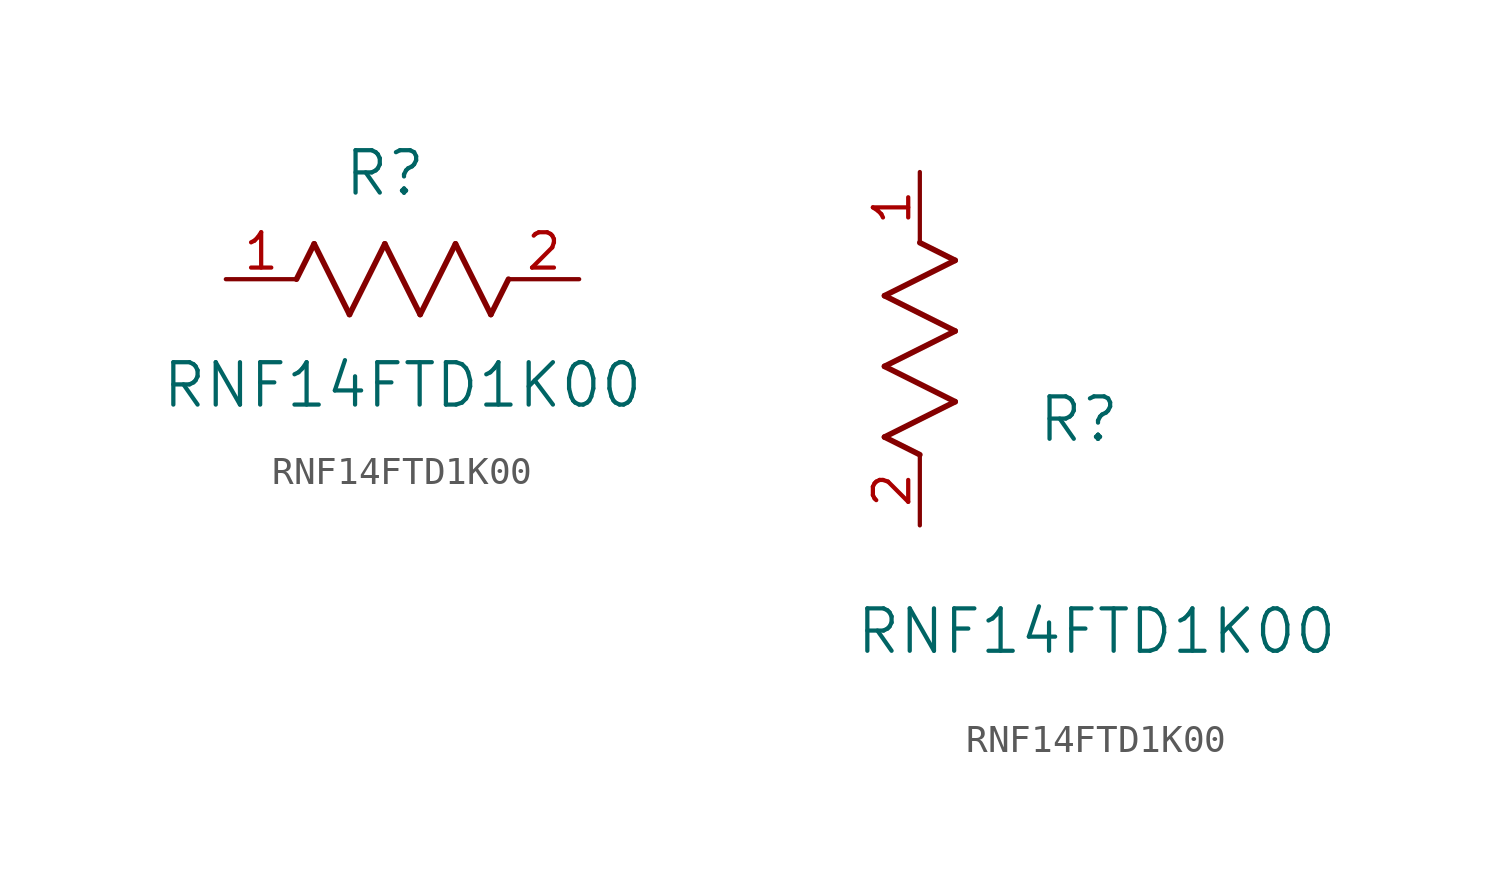
<source format=kicad_sym>
(kicad_symbol_lib
  (version 20211014)
  (generator kicad_symbol_editor)
  (symbol "RNF14FTD1K00"
    (pin_names
      (offset 0.254))
    (property "Reference" "R"
      (at 5.715 3.81 0)
      (effects (font (size 1.524 1.524))))
    (property "Value" "RNF14FTD1K00"
      (at 6.35 -3.81 0)
      (effects (font (size 1.524 1.524))))
    (symbol "RNF14FTD1K00_1_1"
      (polyline (pts (xy 3.175 1.27) (xy 4.445 -1.27)) (stroke (width 0.203) (type default) (color 0 0 0 0)) (fill (type none)))
      (polyline (pts (xy 4.445 -1.27) (xy 5.715 1.27)) (stroke (width 0.203) (type default) (color 0 0 0 0)) (fill (type none)))
      (polyline (pts (xy 5.715 1.27) (xy 6.985 -1.27)) (stroke (width 0.203) (type default) (color 0 0 0 0)) (fill (type none)))
      (polyline (pts (xy 6.985 -1.27) (xy 8.255 1.27)) (stroke (width 0.203) (type default) (color 0 0 0 0)) (fill (type none)))
      (polyline (pts (xy 8.255 1.27) (xy 9.525 -1.27)) (stroke (width 0.203) (type default) (color 0 0 0 0)) (fill (type none)))
      (polyline (pts (xy 2.54 0) (xy 3.175 1.27)) (stroke (width 0.203) (type default) (color 0 0 0 0)) (fill (type none)))
      (polyline (pts (xy 9.525 -1.27) (xy 10.16 0)) (stroke (width 0.203) (type default) (color 0 0 0 0)) (fill (type none)))
      (pin unspecified line (at 0 0 0) (length 2.54) (name "" (effects (font (size 1.27 1.27)))) (number "1" (effects (font (size 1.27 1.27)))))
      (pin unspecified line (at 12.7 0 180) (length 2.54) (name "" (effects (font (size 1.27 1.27)))) (number "2" (effects (font (size 1.27 1.27))))))
    (symbol "RNF14FTD1K00_1_2"
      (polyline (pts (xy 0 2.54) (xy -1.27 3.175)) (stroke (width 0.203) (type default) (color 0 0 0 0)) (fill (type none)))
      (polyline (pts (xy -1.27 3.175) (xy 1.27 4.445)) (stroke (width 0.203) (type default) (color 0 0 0 0)) (fill (type none)))
      (polyline (pts (xy 1.27 4.445) (xy -1.27 5.715)) (stroke (width 0.203) (type default) (color 0 0 0 0)) (fill (type none)))
      (polyline (pts (xy -1.27 5.715) (xy 1.27 6.985)) (stroke (width 0.203) (type default) (color 0 0 0 0)) (fill (type none)))
      (polyline (pts (xy -1.27 8.255) (xy 1.27 9.525)) (stroke (width 0.203) (type default) (color 0 0 0 0)) (fill (type none)))
      (polyline (pts (xy 1.27 9.525) (xy 0 10.16)) (stroke (width 0.203) (type default) (color 0 0 0 0)) (fill (type none)))
      (polyline (pts (xy 1.27 6.985) (xy -1.27 8.255)) (stroke (width 0.203) (type default) (color 0 0 0 0)) (fill (type none)))
      (pin unspecified line (at 0 12.7 270) (length 2.54) (name "" (effects (font (size 1.27 1.27)))) (number "1" (effects (font (size 1.27 1.27)))))
      (pin unspecified line (at 0 0 90) (length 2.54) (name "" (effects (font (size 1.27 1.27)))) (number "2" (effects (font (size 1.27 1.27))))))))
</source>
